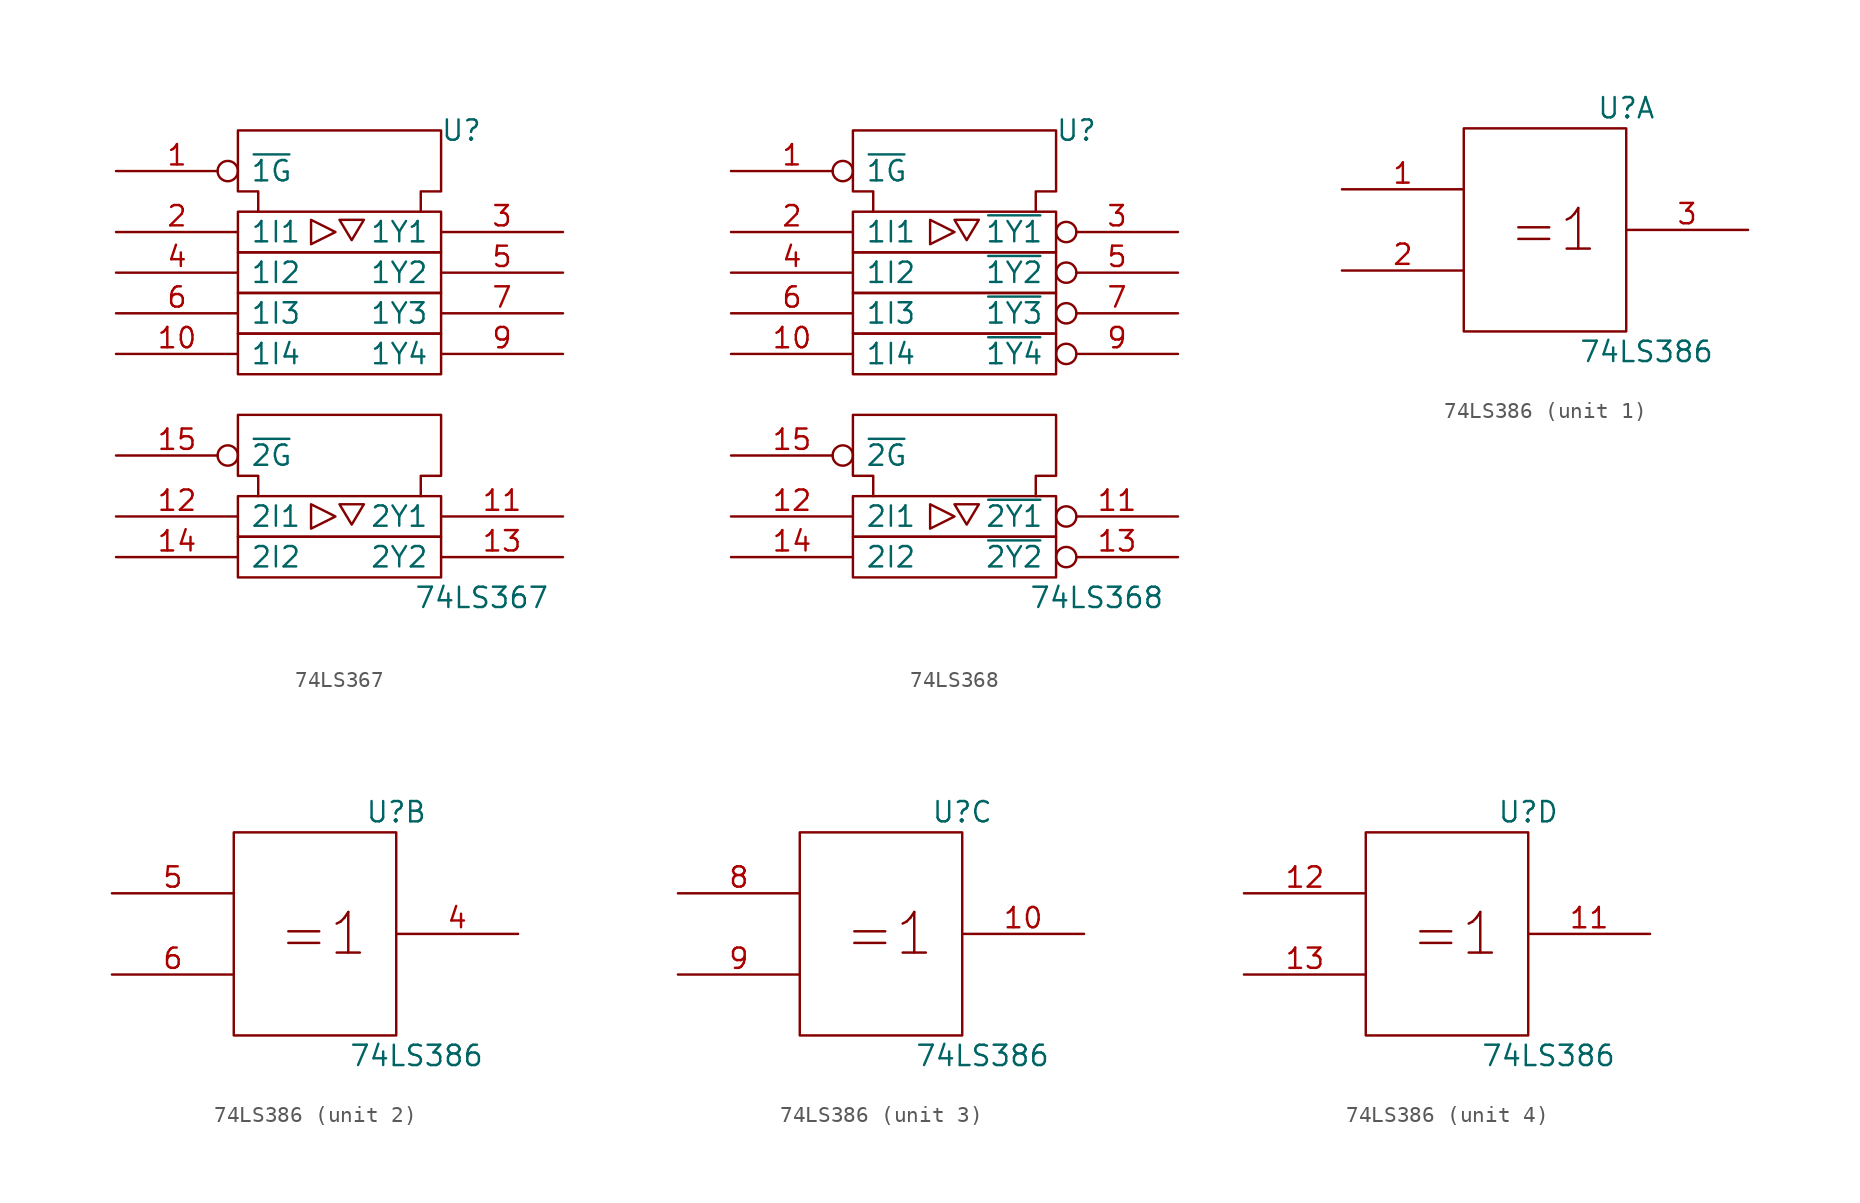
<source format=kicad_sym>
(kicad_symbol_lib
  (version 20201005)
  (generator kicad_symbol_editor)
  (symbol "74xx_IEEE:74LS367"
    (pin_names
      (offset 0.762))
    (property "Reference" "U"
      (at 7.62 8.89 0)
      (effects (font (size 1.27 1.27))))
    (property "Value" "74LS367"
      (at 8.89 -20.32 0)
      (effects (font (size 1.27 1.27))))
    (symbol "74LS367_0_0"
      (rectangle (start -6.35 -16.51) (end 6.35 -19.05) (stroke (width 0)) (fill (type none)))
      (rectangle (start -6.35 -13.97) (end 6.35 -16.51) (stroke (width 0)) (fill (type none)))
      (rectangle (start -6.35 -3.81) (end 6.35 -6.35) (stroke (width 0)) (fill (type none)))
      (rectangle (start -6.35 -1.27) (end 6.35 -3.81) (stroke (width 0)) (fill (type none)))
      (rectangle (start -6.35 1.27) (end 6.35 -1.27) (stroke (width 0)) (fill (type none)))
      (rectangle (start -6.35 3.81) (end 6.35 1.27) (stroke (width 0)) (fill (type none)))
      (polyline (pts (xy -1.778 -14.478) (xy -1.778 -16.002) (xy -0.254 -15.24) (xy -1.778 -14.478) (xy -1.778 -14.478)) (stroke (width 0)) (fill (type none)))
      (polyline (pts (xy -1.778 3.302) (xy -0.254 2.54) (xy -1.778 1.778) (xy -1.778 3.302) (xy -1.778 3.302)) (stroke (width 0)) (fill (type none)))
      (polyline (pts (xy -5.08 -13.97) (xy -5.08 -12.7) (xy -6.35 -12.7) (xy -6.35 -8.89) (xy 6.35 -8.89) (xy 6.35 -12.7) (xy 5.08 -12.7) (xy 5.08 -13.97) (xy 5.08 -13.97)) (stroke (width 0)) (fill (type none)))
      (polyline (pts (xy -5.08 3.81) (xy -5.08 5.08) (xy -6.35 5.08) (xy -6.35 8.89) (xy 6.35 8.89) (xy 6.35 5.08) (xy 5.08 5.08) (xy 5.08 3.81) (xy 5.08 3.81)) (stroke (width 0)) (fill (type none)))
      (pin power_in line (at 5.08 8.89 270) (length 0) hide (name "VCC" (effects (font (size 1.27 1.27)))) (number "16" (effects (font (size 1.27 1.27)))))
      (pin power_in line (at 1.27 8.89 270) (length 0) hide (name "GND" (effects (font (size 1.27 1.27)))) (number "8" (effects (font (size 1.27 1.27))))))
    (symbol "74LS367_0_1"
      (polyline (pts (xy 0 -14.478) (xy 1.524 -14.478) (xy 0.762 -15.748) (xy 0 -14.478) (xy 0 -14.478)) (stroke (width 0)) (fill (type none)))
      (polyline (pts (xy 0 3.302) (xy 1.524 3.302) (xy 0.762 2.032) (xy 0 3.302) (xy 0 3.302)) (stroke (width 0)) (fill (type none))))
    (symbol "74LS367_1_1"
      (pin input inverted (at -13.97 6.35 0) (length 7.62) (name "~1G" (effects (font (size 1.27 1.27)))) (number "1" (effects (font (size 1.27 1.27)))))
      (pin input line (at -13.97 -5.08 0) (length 7.62) (name "1I4" (effects (font (size 1.27 1.27)))) (number "10" (effects (font (size 1.27 1.27)))))
      (pin tri_state line (at 13.97 -15.24 180) (length 7.62) (name "2Y1" (effects (font (size 1.27 1.27)))) (number "11" (effects (font (size 1.27 1.27)))))
      (pin input line (at -13.97 -15.24 0) (length 7.62) (name "2I1" (effects (font (size 1.27 1.27)))) (number "12" (effects (font (size 1.27 1.27)))))
      (pin tri_state line (at 13.97 -17.78 180) (length 7.62) (name "2Y2" (effects (font (size 1.27 1.27)))) (number "13" (effects (font (size 1.27 1.27)))))
      (pin input line (at -13.97 -17.78 0) (length 7.62) (name "2I2" (effects (font (size 1.27 1.27)))) (number "14" (effects (font (size 1.27 1.27)))))
      (pin input inverted (at -13.97 -11.43 0) (length 7.62) (name "~2G" (effects (font (size 1.27 1.27)))) (number "15" (effects (font (size 1.27 1.27)))))
      (pin input line (at -13.97 2.54 0) (length 7.62) (name "1I1" (effects (font (size 1.27 1.27)))) (number "2" (effects (font (size 1.27 1.27)))))
      (pin tri_state line (at 13.97 2.54 180) (length 7.62) (name "1Y1" (effects (font (size 1.27 1.27)))) (number "3" (effects (font (size 1.27 1.27)))))
      (pin input line (at -13.97 0 0) (length 7.62) (name "1I2" (effects (font (size 1.27 1.27)))) (number "4" (effects (font (size 1.27 1.27)))))
      (pin tri_state line (at 13.97 0 180) (length 7.62) (name "1Y2" (effects (font (size 1.27 1.27)))) (number "5" (effects (font (size 1.27 1.27)))))
      (pin input line (at -13.97 -2.54 0) (length 7.62) (name "1I3" (effects (font (size 1.27 1.27)))) (number "6" (effects (font (size 1.27 1.27)))))
      (pin tri_state line (at 13.97 -2.54 180) (length 7.62) (name "1Y3" (effects (font (size 1.27 1.27)))) (number "7" (effects (font (size 1.27 1.27)))))
      (pin tri_state line (at 13.97 -5.08 180) (length 7.62) (name "1Y4" (effects (font (size 1.27 1.27)))) (number "9" (effects (font (size 1.27 1.27)))))))
  (symbol "74xx_IEEE:74LS368"
    (pin_names
      (offset 0.762))
    (property "Reference" "U"
      (at 7.62 8.89 0)
      (effects (font (size 1.27 1.27))))
    (property "Value" "74LS368"
      (at 8.89 -20.32 0)
      (effects (font (size 1.27 1.27))))
    (symbol "74LS368_0_0"
      (rectangle (start -6.35 -16.51) (end 6.35 -19.05) (stroke (width 0)) (fill (type none)))
      (rectangle (start -6.35 -13.97) (end 6.35 -16.51) (stroke (width 0)) (fill (type none)))
      (rectangle (start -6.35 -3.81) (end 6.35 -6.35) (stroke (width 0)) (fill (type none)))
      (rectangle (start -6.35 -1.27) (end 6.35 -3.81) (stroke (width 0)) (fill (type none)))
      (rectangle (start -6.35 1.27) (end 6.35 -1.27) (stroke (width 0)) (fill (type none)))
      (rectangle (start -6.35 3.81) (end 6.35 1.27) (stroke (width 0)) (fill (type none)))
      (polyline (pts (xy -1.524 -14.478) (xy -1.524 -16.002) (xy 0 -15.24) (xy -1.524 -14.478) (xy -1.524 -14.478)) (stroke (width 0)) (fill (type none)))
      (polyline (pts (xy -1.524 3.302) (xy 0 2.54) (xy -1.524 1.778) (xy -1.524 3.302) (xy -1.524 3.302)) (stroke (width 0)) (fill (type none)))
      (polyline (pts (xy -5.08 -13.97) (xy -5.08 -12.7) (xy -6.35 -12.7) (xy -6.35 -8.89) (xy 6.35 -8.89) (xy 6.35 -12.7) (xy 5.08 -12.7) (xy 5.08 -13.97) (xy 5.08 -13.97)) (stroke (width 0)) (fill (type none)))
      (polyline (pts (xy -5.08 3.81) (xy -5.08 5.08) (xy -6.35 5.08) (xy -6.35 8.89) (xy 6.35 8.89) (xy 6.35 5.08) (xy 5.08 5.08) (xy 5.08 3.81) (xy 5.08 3.81)) (stroke (width 0)) (fill (type none)))
      (pin power_in line (at 3.81 8.89 270) (length 0) hide (name "VCC" (effects (font (size 1.27 1.27)))) (number "16" (effects (font (size 1.27 1.27)))))
      (pin power_in line (at 0 8.89 270) (length 0) hide (name "GND" (effects (font (size 1.27 1.27)))) (number "8" (effects (font (size 1.27 1.27))))))
    (symbol "74LS368_0_1"
      (polyline (pts (xy 0 -14.478) (xy 1.524 -14.478) (xy 0.762 -15.748) (xy 0 -14.478) (xy 0 -14.478)) (stroke (width 0)) (fill (type none)))
      (polyline (pts (xy 0 3.302) (xy 1.524 3.302) (xy 0.762 2.032) (xy 0 3.302) (xy 0.254 3.302)) (stroke (width 0)) (fill (type none))))
    (symbol "74LS368_1_1"
      (pin input inverted (at -13.97 6.35 0) (length 7.62) (name "~1G" (effects (font (size 1.27 1.27)))) (number "1" (effects (font (size 1.27 1.27)))))
      (pin input line (at -13.97 -5.08 0) (length 7.62) (name "1I4" (effects (font (size 1.27 1.27)))) (number "10" (effects (font (size 1.27 1.27)))))
      (pin tri_state inverted (at 13.97 -15.24 180) (length 7.62) (name "~2Y1" (effects (font (size 1.27 1.27)))) (number "11" (effects (font (size 1.27 1.27)))))
      (pin input line (at -13.97 -15.24 0) (length 7.62) (name "2I1" (effects (font (size 1.27 1.27)))) (number "12" (effects (font (size 1.27 1.27)))))
      (pin tri_state inverted (at 13.97 -17.78 180) (length 7.62) (name "~2Y2" (effects (font (size 1.27 1.27)))) (number "13" (effects (font (size 1.27 1.27)))))
      (pin input line (at -13.97 -17.78 0) (length 7.62) (name "2I2" (effects (font (size 1.27 1.27)))) (number "14" (effects (font (size 1.27 1.27)))))
      (pin input inverted (at -13.97 -11.43 0) (length 7.62) (name "~2G" (effects (font (size 1.27 1.27)))) (number "15" (effects (font (size 1.27 1.27)))))
      (pin input line (at -13.97 2.54 0) (length 7.62) (name "1I1" (effects (font (size 1.27 1.27)))) (number "2" (effects (font (size 1.27 1.27)))))
      (pin tri_state inverted (at 13.97 2.54 180) (length 7.62) (name "~1Y1" (effects (font (size 1.27 1.27)))) (number "3" (effects (font (size 1.27 1.27)))))
      (pin input line (at -13.97 0 0) (length 7.62) (name "1I2" (effects (font (size 1.27 1.27)))) (number "4" (effects (font (size 1.27 1.27)))))
      (pin tri_state inverted (at 13.97 0 180) (length 7.62) (name "~1Y2" (effects (font (size 1.27 1.27)))) (number "5" (effects (font (size 1.27 1.27)))))
      (pin input line (at -13.97 -2.54 0) (length 7.62) (name "1I3" (effects (font (size 1.27 1.27)))) (number "6" (effects (font (size 1.27 1.27)))))
      (pin tri_state inverted (at 13.97 -2.54 180) (length 7.62) (name "~1Y3" (effects (font (size 1.27 1.27)))) (number "7" (effects (font (size 1.27 1.27)))))
      (pin tri_state inverted (at 13.97 -5.08 180) (length 7.62) (name "~1Y4" (effects (font (size 1.27 1.27)))) (number "9" (effects (font (size 1.27 1.27)))))))
  (symbol "74xx_IEEE:74LS386"
    (pin_names
      (offset 0.762))
    (property "Reference" "U"
      (at 5.08 7.62 0)
      (effects (font (size 1.27 1.27))))
    (property "Value" "74LS386"
      (at 6.35 -7.62 0)
      (effects (font (size 1.27 1.27))))
    (symbol "74LS386_0_1"
      (text "=1" (at 0.508 0 0) (effects (font (size 2.54 2.54))))
      (rectangle (start -5.08 6.35) (end 5.08 -6.35) (stroke (width 0)) (fill (type none)))
      (pin power_in line (at 0 6.35 270) (length 0) hide (name "Vcc" (effects (font (size 1.27 1.27)))) (number "14" (effects (font (size 1.27 1.27)))))
      (pin power_in line (at 0 -6.35 90) (length 0) hide (name "Gnd" (effects (font (size 1.27 1.27)))) (number "7" (effects (font (size 1.27 1.27))))))
    (symbol "74LS386_1_1"
      (pin input line (at -12.7 2.54 0) (length 7.62) (name "~" (effects (font (size 1.27 1.27)))) (number "1" (effects (font (size 1.27 1.27)))))
      (pin input line (at -12.7 -2.54 0) (length 7.62) (name "~" (effects (font (size 1.27 1.27)))) (number "2" (effects (font (size 1.27 1.27)))))
      (pin output line (at 12.7 0 180) (length 7.62) (name "~" (effects (font (size 1.27 1.27)))) (number "3" (effects (font (size 1.27 1.27))))))
    (symbol "74LS386_2_1"
      (pin output line (at 12.7 0 180) (length 7.62) (name "~" (effects (font (size 1.27 1.27)))) (number "4" (effects (font (size 1.27 1.27)))))
      (pin input line (at -12.7 2.54 0) (length 7.62) (name "~" (effects (font (size 1.27 1.27)))) (number "5" (effects (font (size 1.27 1.27)))))
      (pin input line (at -12.7 -2.54 0) (length 7.62) (name "~" (effects (font (size 1.27 1.27)))) (number "6" (effects (font (size 1.27 1.27))))))
    (symbol "74LS386_3_1"
      (pin output line (at 12.7 0 180) (length 7.62) (name "~" (effects (font (size 1.27 1.27)))) (number "10" (effects (font (size 1.27 1.27)))))
      (pin input line (at -12.7 2.54 0) (length 7.62) (name "~" (effects (font (size 1.27 1.27)))) (number "8" (effects (font (size 1.27 1.27)))))
      (pin input line (at -12.7 -2.54 0) (length 7.62) (name "~" (effects (font (size 1.27 1.27)))) (number "9" (effects (font (size 1.27 1.27))))))
    (symbol "74LS386_4_1"
      (pin output line (at 12.7 0 180) (length 7.62) (name "~" (effects (font (size 1.27 1.27)))) (number "11" (effects (font (size 1.27 1.27)))))
      (pin input line (at -12.7 2.54 0) (length 7.62) (name "~" (effects (font (size 1.27 1.27)))) (number "12" (effects (font (size 1.27 1.27)))))
      (pin input line (at -12.7 -2.54 0) (length 7.62) (name "~" (effects (font (size 1.27 1.27)))) (number "13" (effects (font (size 1.27 1.27))))))))
</source>
